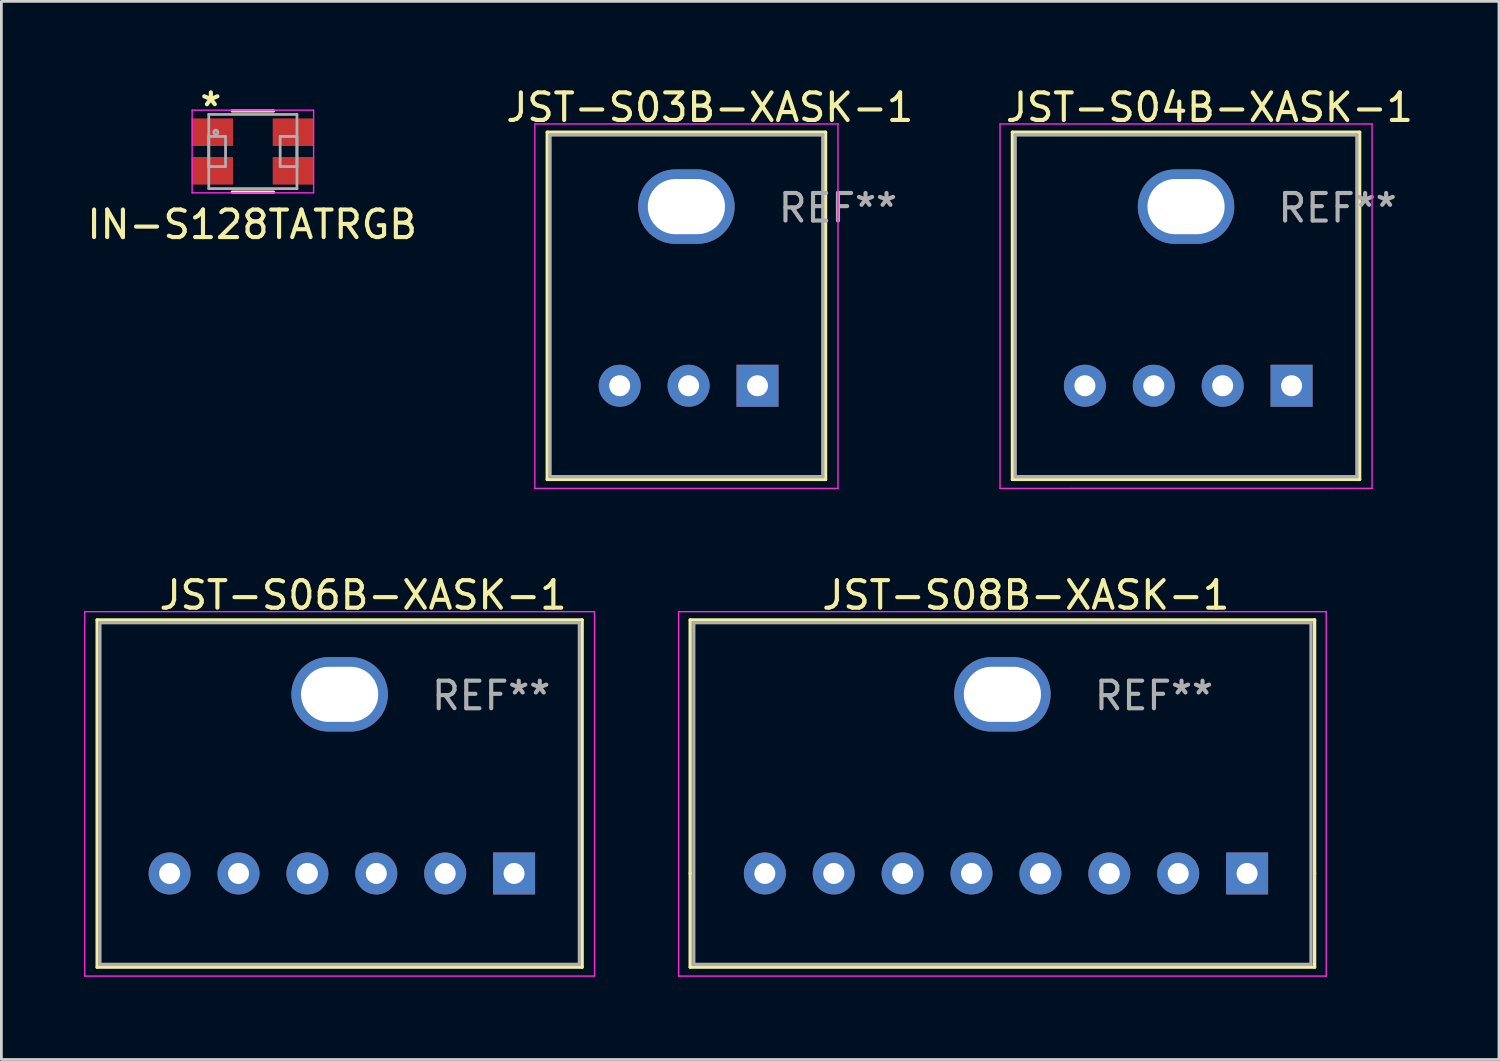
<source format=kicad_pcb>
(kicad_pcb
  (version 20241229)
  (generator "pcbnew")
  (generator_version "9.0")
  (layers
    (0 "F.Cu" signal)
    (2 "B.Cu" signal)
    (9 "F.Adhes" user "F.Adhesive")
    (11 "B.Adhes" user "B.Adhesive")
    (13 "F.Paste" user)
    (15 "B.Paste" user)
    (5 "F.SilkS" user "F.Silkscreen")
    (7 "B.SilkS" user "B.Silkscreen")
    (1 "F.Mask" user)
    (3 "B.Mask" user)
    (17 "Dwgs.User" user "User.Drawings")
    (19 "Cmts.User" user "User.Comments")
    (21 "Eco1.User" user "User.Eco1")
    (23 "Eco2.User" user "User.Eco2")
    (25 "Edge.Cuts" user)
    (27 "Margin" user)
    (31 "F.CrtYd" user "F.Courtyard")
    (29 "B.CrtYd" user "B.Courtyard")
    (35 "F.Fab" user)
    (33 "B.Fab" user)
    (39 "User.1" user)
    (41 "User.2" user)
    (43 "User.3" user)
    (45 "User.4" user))
  (footprint "JST-S08B-XASK-1"
    (layer "F.Cu")
    (at 33.325 22.146)
    (property "Reference" "JST-S08B-XASK-1" (at 0.85 -3.6 0) (layer "F.SilkS") (effects (font (size 1 1) (thickness 0.15))))
    (attr through_hole)
    (fp_line (start -11.33 -2.7) (end 11.33 -2.7) (stroke (width 0.12) (type solid)) (layer "F.SilkS"))
    (fp_line (start -11.33 6.5) (end -11.33 -2.7) (stroke (width 0.12) (type solid)) (layer "F.SilkS"))
    (fp_line (start -11.33 6.5) (end -11.33 9.9) (stroke (width 0.12) (type solid)) (layer "F.SilkS"))
    (fp_line (start -11.33 9.9) (end 11.33 9.9) (stroke (width 0.12) (type solid)) (layer "F.SilkS"))
    (fp_line (start 11.33 -2.7) (end 11.33 6.5) (stroke (width 0.12) (type solid)) (layer "F.SilkS"))
    (fp_line (start 11.33 9.9) (end 11.33 6.5) (stroke (width 0.12) (type solid)) (layer "F.SilkS"))
    (fp_line (start -11.75 -3) (end -11.75 10.225) (stroke (width 0.05) (type solid)) (layer "F.CrtYd"))
    (fp_line (start -11.75 10.225) (end 11.75 10.225) (stroke (width 0.05) (type solid)) (layer "F.CrtYd"))
    (fp_line (start 11.75 -3) (end -11.75 -3) (stroke (width 0.05) (type solid)) (layer "F.CrtYd"))
    (fp_line (start 11.75 10.225) (end 11.75 -3) (stroke (width 0.05) (type solid)) (layer "F.CrtYd"))
    (fp_line (start -11.2 -2.6) (end 11.2 -2.6) (stroke (width 0.12) (type solid)) (layer "F.Fab"))
    (fp_line (start -11.2 9.8) (end -11.2 -2.6) (stroke (width 0.12) (type solid)) (layer "F.Fab"))
    (fp_line (start 11.2 -2.6) (end 11.2 9.8) (stroke (width 0.12) (type solid)) (layer "F.Fab"))
    (fp_line (start 11.2 9.8) (end -11.2 9.8) (stroke (width 0.12) (type solid)) (layer "F.Fab"))
    (fp_text user "REF**" (at 5.5 0.05 0) (layer "F.Fab") (effects (font (size 1 1) (thickness 0.15))))
    (pad "" thru_hole oval (at 0 0) (size 3.5 2.7) (drill oval 2.8 2) (layers "*.Cu" "*.Mask"))
    (pad "1" thru_hole rect (at 8.88 6.5) (size 1.524 1.524) (drill 0.762) (layers "*.Cu" "*.Mask"))
    (pad "2" thru_hole circle (at 6.38 6.5) (size 1.524 1.524) (drill 0.762) (layers "*.Cu" "*.Mask"))
    (pad "3" thru_hole circle (at 3.88 6.5) (size 1.524 1.524) (drill 0.762) (layers "*.Cu" "*.Mask"))
    (pad "4" thru_hole circle (at 1.38 6.5) (size 1.524 1.524) (drill 0.762) (layers "*.Cu" "*.Mask"))
    (pad "5" thru_hole circle (at -1.12 6.5) (size 1.524 1.524) (drill 0.762) (layers "*.Cu" "*.Mask"))
    (pad "6" thru_hole circle (at -3.62 6.5) (size 1.524 1.524) (drill 0.762) (layers "*.Cu" "*.Mask"))
    (pad "7" thru_hole circle (at -6.12 6.5) (size 1.524 1.524) (drill 0.762) (layers "*.Cu" "*.Mask"))
    (pad "8" thru_hole circle (at -8.62 6.5) (size 1.524 1.524) (drill 0.762) (layers "*.Cu" "*.Mask")))
  (footprint "JST-S04B-XASK-1"
    (layer "F.Cu")
    (at 39.989 4.448)
    (property "Reference" "JST-S04B-XASK-1" (at 0.85 -3.6 0) (layer "F.SilkS") (effects (font (size 1 1) (thickness 0.15))))
    (attr through_hole)
    (fp_line (start -6.3 -2.7) (end 6.3 -2.7) (stroke (width 0.12) (type solid)) (layer "F.SilkS"))
    (fp_line (start -6.3 9.9) (end -6.3 -2.7) (stroke (width 0.12) (type solid)) (layer "F.SilkS"))
    (fp_line (start -6.3 9.9) (end 6.3 9.9) (stroke (width 0.12) (type solid)) (layer "F.SilkS"))
    (fp_line (start 6.3 -2.7) (end 6.3 9.9) (stroke (width 0.12) (type solid)) (layer "F.SilkS"))
    (fp_line (start -6.75 -3) (end 6.75 -3) (stroke (width 0.05) (type solid)) (layer "F.CrtYd"))
    (fp_line (start -6.75 10.225) (end -6.75 -3) (stroke (width 0.05) (type solid)) (layer "F.CrtYd"))
    (fp_line (start 6.75 -3) (end 6.75 10.225) (stroke (width 0.05) (type solid)) (layer "F.CrtYd"))
    (fp_line (start 6.75 10.223) (end -6.75 10.225) (stroke (width 0.05) (type solid)) (layer "F.CrtYd"))
    (fp_line (start -6.2 -2.6) (end 6.2 -2.6) (stroke (width 0.12) (type solid)) (layer "F.Fab"))
    (fp_line (start -6.2 9.8) (end -6.2 -2.6) (stroke (width 0.12) (type solid)) (layer "F.Fab"))
    (fp_line (start 6.2 -2.6) (end 6.2 9.8) (stroke (width 0.12) (type solid)) (layer "F.Fab"))
    (fp_line (start 6.2 9.8) (end -6.2 9.8) (stroke (width 0.12) (type solid)) (layer "F.Fab"))
    (fp_text user "REF**" (at 5.5 0.05 0) (layer "F.Fab") (effects (font (size 1 1) (thickness 0.15))))
    (pad "" thru_hole oval (at 0 0) (size 3.5 2.7) (drill oval 2.8 2) (layers "*.Cu" "*.Mask"))
    (pad "1" thru_hole rect (at 3.83 6.5) (size 1.524 1.524) (drill 0.762) (layers "*.Cu" "*.Mask"))
    (pad "2" thru_hole circle (at 1.33 6.5) (size 1.524 1.524) (drill 0.762) (layers "*.Cu" "*.Mask"))
    (pad "3" thru_hole circle (at -1.17 6.5) (size 1.524 1.524) (drill 0.762) (layers "*.Cu" "*.Mask"))
    (pad "4" thru_hole circle (at -3.67 6.5) (size 1.524 1.524) (drill 0.762) (layers "*.Cu" "*.Mask")))
  (footprint "JST-S06B-XASK-1"
    (layer "F.Cu")
    (at 9.275 22.146)
    (property "Reference" "JST-S06B-XASK-1" (at 0.85 -3.6 0) (layer "F.SilkS") (effects (font (size 1 1) (thickness 0.15))))
    (attr through_hole)
    (fp_line (start -8.8 -2.7) (end 8.8 -2.7) (stroke (width 0.12) (type solid)) (layer "F.SilkS"))
    (fp_line (start -8.8 9.9) (end -8.8 -2.7) (stroke (width 0.12) (type solid)) (layer "F.SilkS"))
    (fp_line (start -8.8 9.9) (end 8.8 9.9) (stroke (width 0.12) (type solid)) (layer "F.SilkS"))
    (fp_line (start 8.8 -2.7) (end 8.8 9.9) (stroke (width 0.12) (type solid)) (layer "F.SilkS"))
    (fp_line (start -9.25 -3) (end 9.25 -3) (stroke (width 0.05) (type solid)) (layer "F.CrtYd"))
    (fp_line (start -9.25 10.225) (end -9.25 -3) (stroke (width 0.05) (type solid)) (layer "F.CrtYd"))
    (fp_line (start 9.25 -3) (end 9.25 10.225) (stroke (width 0.05) (type solid)) (layer "F.CrtYd"))
    (fp_line (start 9.25 10.225) (end -9.25 10.225) (stroke (width 0.05) (type solid)) (layer "F.CrtYd"))
    (fp_line (start -8.7 -2.6) (end 8.7 -2.6) (stroke (width 0.12) (type solid)) (layer "F.Fab"))
    (fp_line (start -8.7 9.8) (end -8.7 -2.6) (stroke (width 0.12) (type solid)) (layer "F.Fab"))
    (fp_line (start 8.7 -2.6) (end 8.7 9.8) (stroke (width 0.12) (type solid)) (layer "F.Fab"))
    (fp_line (start 8.7 9.8) (end -8.7 9.8) (stroke (width 0.12) (type solid)) (layer "F.Fab"))
    (fp_text user "REF**" (at 5.5 0.05 0) (layer "F.Fab") (effects (font (size 1 1) (thickness 0.15))))
    (pad "" thru_hole oval (at 0 0) (size 3.5 2.7) (drill oval 2.8 2) (layers "*.Cu" "*.Mask"))
    (pad "1" thru_hole rect (at 6.33 6.5) (size 1.524 1.524) (drill 0.762) (layers "*.Cu" "*.Mask"))
    (pad "2" thru_hole circle (at 3.83 6.5) (size 1.524 1.524) (drill 0.762) (layers "*.Cu" "*.Mask"))
    (pad "3" thru_hole circle (at 1.33 6.5) (size 1.524 1.524) (drill 0.762) (layers "*.Cu" "*.Mask"))
    (pad "4" thru_hole circle (at -1.17 6.5) (size 1.524 1.524) (drill 0.762) (layers "*.Cu" "*.Mask"))
    (pad "5" thru_hole circle (at -3.67 6.5) (size 1.524 1.524) (drill 0.762) (layers "*.Cu" "*.Mask"))
    (pad "6" thru_hole circle (at -6.17 6.5) (size 1.524 1.524) (drill 0.762) (layers "*.Cu" "*.Mask")))
  (footprint "IN-S128TATRGB"
    (layer "F.Cu")
    (at 6.126 2.448)
    (property "Reference" "IN-S128TATRGB" (at -0.025 2.65 0) (layer "F.SilkS") (effects (font (size 1 1) (thickness 0.15))))
    (attr smd)
    (fp_line (start -0.747 1.473) (end 0.747 1.473) (stroke (width 0.12) (type solid)) (layer "F.SilkS"))
    (fp_line (start 0.747 -1.473) (end -0.747 -1.473) (stroke (width 0.12) (type solid)) (layer "F.SilkS"))
    (fp_line (start -2.204 -1.5) (end 2.204 -1.5) (stroke (width 0.05) (type solid)) (layer "F.CrtYd"))
    (fp_line (start -2.204 1.5) (end -2.204 -1.5) (stroke (width 0.05) (type solid)) (layer "F.CrtYd"))
    (fp_line (start 2.204 -1.5) (end 2.204 1.5) (stroke (width 0.05) (type solid)) (layer "F.CrtYd"))
    (fp_line (start 2.204 1.5) (end -2.204 1.5) (stroke (width 0.05) (type solid)) (layer "F.CrtYd"))
    (fp_line (start -1.6 -1.346) (end -1.6 1.346) (stroke (width 0.1) (type solid)) (layer "F.Fab"))
    (fp_line (start -1.6 -0.546) (end -1.6 0.546) (stroke (width 0.1) (type solid)) (layer "F.Fab"))
    (fp_line (start -1.6 0.546) (end -0.991 0.546) (stroke (width 0.1) (type solid)) (layer "F.Fab"))
    (fp_line (start -1.6 1.346) (end 1.6 1.346) (stroke (width 0.1) (type solid)) (layer "F.Fab"))
    (fp_line (start -0.991 -0.546) (end -1.6 -0.546) (stroke (width 0.1) (type solid)) (layer "F.Fab"))
    (fp_line (start -0.991 0.546) (end -0.991 -0.546) (stroke (width 0.1) (type solid)) (layer "F.Fab"))
    (fp_line (start 0.991 -0.546) (end 0.991 0.546) (stroke (width 0.1) (type solid)) (layer "F.Fab"))
    (fp_line (start 0.991 0.546) (end 1.6 0.546) (stroke (width 0.1) (type solid)) (layer "F.Fab"))
    (fp_line (start 1.6 -1.346) (end -1.6 -1.346) (stroke (width 0.1) (type solid)) (layer "F.Fab"))
    (fp_line (start 1.6 -0.546) (end 0.991 -0.546) (stroke (width 0.1) (type solid)) (layer "F.Fab"))
    (fp_line (start 1.6 0.546) (end 1.6 -0.546) (stroke (width 0.1) (type solid)) (layer "F.Fab"))
    (fp_line (start 1.6 1.346) (end 1.6 -1.346) (stroke (width 0.1) (type solid)) (layer "F.Fab"))
    (fp_circle (center -1.343 -0.7) (end -1.267 -0.7) (stroke (width 0.1) (type solid)) (fill no) (layer "F.Fab"))
    (fp_text user "*" (at -1.525 -1.6 0) (layer "F.SilkS") (effects (font (size 1 1) (thickness 0.15))))
    (pad "1" smd rect (at -1.47 -0.7) (size 1.5 1) (layers "F.Cu" "F.Mask" "F.Paste"))
    (pad "2" smd rect (at 1.47 -0.7) (size 1.5 1) (layers "F.Cu" "F.Mask" "F.Paste"))
    (pad "3" smd rect (at -1.47 0.7) (size 1.5 1) (layers "F.Cu" "F.Mask" "F.Paste"))
    (pad "4" smd rect (at 1.47 0.7) (size 1.5 1) (layers "F.Cu" "F.Mask" "F.Paste")))
  (footprint "JST-S03B-XASK-1"
    (layer "F.Cu")
    (at 21.858 4.448)
    (property "Reference" "JST-S03B-XASK-1" (at 0.85 -3.6 0) (layer "F.SilkS") (effects (font (size 1 1) (thickness 0.15))))
    (attr through_hole)
    (fp_line (start -5.05 -2.7) (end 5.05 -2.7) (stroke (width 0.12) (type solid)) (layer "F.SilkS"))
    (fp_line (start -5.05 9.9) (end -5.05 -2.7) (stroke (width 0.12) (type solid)) (layer "F.SilkS"))
    (fp_line (start -5.05 9.9) (end 5.05 9.9) (stroke (width 0.12) (type solid)) (layer "F.SilkS"))
    (fp_line (start 5.05 9.9) (end 5.05 -2.7) (stroke (width 0.12) (type solid)) (layer "F.SilkS"))
    (fp_line (start -5.5 -3) (end 5.5 -3) (stroke (width 0.05) (type solid)) (layer "F.CrtYd"))
    (fp_line (start -5.5 10.225) (end -5.5 -3) (stroke (width 0.05) (type solid)) (layer "F.CrtYd"))
    (fp_line (start 5.5 -3) (end 5.5 10.225) (stroke (width 0.05) (type solid)) (layer "F.CrtYd"))
    (fp_line (start 5.5 10.225) (end -5.5 10.225) (stroke (width 0.05) (type solid)) (layer "F.CrtYd"))
    (fp_line (start -4.95 -2.6) (end 4.95 -2.6) (stroke (width 0.12) (type solid)) (layer "F.Fab"))
    (fp_line (start -4.95 9.8) (end -4.95 -2.6) (stroke (width 0.12) (type solid)) (layer "F.Fab"))
    (fp_line (start 4.95 -2.6) (end 4.95 9.8) (stroke (width 0.12) (type solid)) (layer "F.Fab"))
    (fp_line (start 4.95 9.8) (end -4.95 9.8) (stroke (width 0.12) (type solid)) (layer "F.Fab"))
    (fp_text user "REF**" (at 5.5 0.05 0) (layer "F.Fab") (effects (font (size 1 1) (thickness 0.15))))
    (pad "" thru_hole oval (at 0 0) (size 3.5 2.7) (drill oval 2.8 2) (layers "*.Cu" "*.Mask"))
    (pad "1" thru_hole rect (at 2.58 6.5) (size 1.524 1.524) (drill 0.762) (layers "*.Cu" "*.Mask"))
    (pad "2" thru_hole circle (at 0.08 6.5) (size 1.524 1.524) (drill 0.762) (layers "*.Cu" "*.Mask"))
    (pad "3" thru_hole circle (at -2.42 6.5) (size 1.524 1.524) (drill 0.762) (layers "*.Cu" "*.Mask")))
  (gr_rect
    (start -3 -3)
    (end 51.345 35.397)
    (stroke (width 0.1) (type default))
    (fill no)
    (layer "Edge.Cuts")))
</source>
